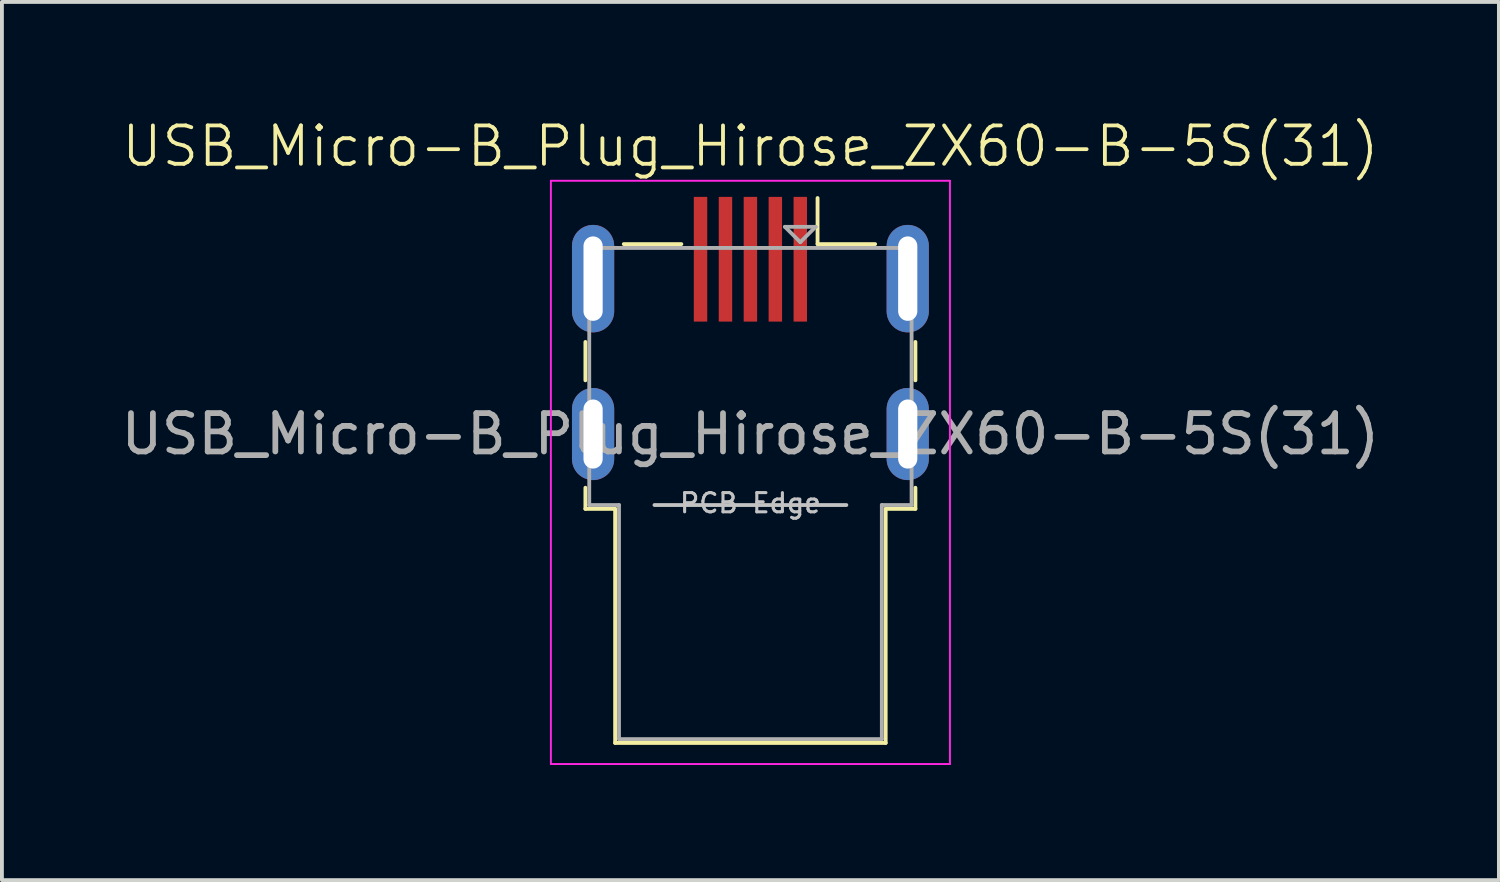
<source format=kicad_pcb>
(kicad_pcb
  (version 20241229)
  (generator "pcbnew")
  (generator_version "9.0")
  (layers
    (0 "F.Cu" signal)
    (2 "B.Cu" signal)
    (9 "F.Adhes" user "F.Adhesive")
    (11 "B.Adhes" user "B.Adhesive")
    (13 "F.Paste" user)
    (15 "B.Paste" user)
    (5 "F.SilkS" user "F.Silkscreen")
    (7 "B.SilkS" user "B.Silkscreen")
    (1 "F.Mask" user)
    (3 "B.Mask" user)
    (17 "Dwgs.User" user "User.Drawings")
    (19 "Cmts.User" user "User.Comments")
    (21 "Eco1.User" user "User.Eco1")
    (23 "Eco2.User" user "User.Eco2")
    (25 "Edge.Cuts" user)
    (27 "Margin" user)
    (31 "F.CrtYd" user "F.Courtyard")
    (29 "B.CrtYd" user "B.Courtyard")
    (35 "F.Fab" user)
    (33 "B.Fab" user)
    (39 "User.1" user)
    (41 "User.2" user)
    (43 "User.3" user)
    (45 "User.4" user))
  (footprint "USB_Micro-B_Plug_Hirose_ZX60-B-5S(31)"
    (layer "F.Cu")
    (at 16.506 8.261)
    (property "Reference" "USB_Micro-B_Plug_Hirose_ZX60-B-5S(31)" (at 0 -7.5 0) (unlocked yes) (layer "F.SilkS") (effects (font (size 1 1) (thickness 0.1))))
    (attr through_hole)
    (fp_line (start -4.3 -2.4) (end -4.3 -1.4) (stroke (width 0.1) (type default)) (layer "F.SilkS"))
    (fp_line (start -4.3 1.4) (end -4.3 1.95) (stroke (width 0.1) (type default)) (layer "F.SilkS"))
    (fp_line (start -3.525 1.95) (end -4.3 1.95) (stroke (width 0.1) (type default)) (layer "F.SilkS"))
    (fp_line (start -3.525 1.95) (end -3.525 8.05) (stroke (width 0.1) (type default)) (layer "F.SilkS"))
    (fp_line (start -3.3 -4.95) (end -1.8 -4.95) (stroke (width 0.1) (type default)) (layer "F.SilkS"))
    (fp_line (start 1.75 -4.95) (end 1.75 -6.15) (stroke (width 0.1) (type default)) (layer "F.SilkS"))
    (fp_line (start 1.75 -4.95) (end 3.25 -4.95) (stroke (width 0.1) (type default)) (layer "F.SilkS"))
    (fp_line (start 3.525 1.95) (end 3.525 8.05) (stroke (width 0.1) (type default)) (layer "F.SilkS"))
    (fp_line (start 3.525 8.05) (end -3.525 8.05) (stroke (width 0.1) (type default)) (layer "F.SilkS"))
    (fp_line (start 4.3 -2.4) (end 4.3 -1.4) (stroke (width 0.1) (type default)) (layer "F.SilkS"))
    (fp_line (start 4.3 1.4) (end 4.3 1.95) (stroke (width 0.1) (type default)) (layer "F.SilkS"))
    (fp_line (start 4.3 1.95) (end 3.525 1.95) (stroke (width 0.1) (type default)) (layer "F.SilkS"))
    (fp_line (start -2.5 1.85) (end 2.5 1.85) (stroke (width 0.1) (type solid)) (layer "Dwgs.User"))
    (fp_line (start -5.2 -6.6) (end -5.2 8.6) (stroke (width 0.05) (type solid)) (layer "F.CrtYd"))
    (fp_line (start -5.2 -6.6) (end 5.2 -6.6) (stroke (width 0.05) (type solid)) (layer "F.CrtYd"))
    (fp_line (start 5.2 -6.6) (end 5.2 8.6) (stroke (width 0.05) (type solid)) (layer "F.CrtYd"))
    (fp_line (start 5.2 8.6) (end -5.2 8.6) (stroke (width 0.05) (type solid)) (layer "F.CrtYd"))
    (fp_line (start -4.2 -4.85) (end -4.2 1.85) (stroke (width 0.1) (type solid)) (layer "F.Fab"))
    (fp_line (start -4.2 -4.85) (end 4.2 -4.85) (stroke (width 0.1) (type solid)) (layer "F.Fab"))
    (fp_line (start -4.2 1.85) (end -3.425 1.85) (stroke (width 0.1) (type default)) (layer "F.Fab"))
    (fp_line (start -3.425 1.85) (end -3.425 7.95) (stroke (width 0.1) (type solid)) (layer "F.Fab"))
    (fp_line (start -3.425 7.95) (end 3.425 7.95) (stroke (width 0.1) (type default)) (layer "F.Fab"))
    (fp_line (start 0.9 -5.4) (end 1.7 -5.4) (stroke (width 0.1) (type default)) (layer "F.Fab"))
    (fp_line (start 1.3 -5) (end 0.9 -5.4) (stroke (width 0.1) (type default)) (layer "F.Fab"))
    (fp_line (start 1.7 -5.4) (end 1.3 -5) (stroke (width 0.1) (type default)) (layer "F.Fab"))
    (fp_line (start 3.425 1.85) (end 3.425 7.95) (stroke (width 0.1) (type solid)) (layer "F.Fab"))
    (fp_line (start 3.425 1.85) (end 4.2 1.85) (stroke (width 0.1) (type default)) (layer "F.Fab"))
    (fp_line (start 4.2 -4.85) (end 4.2 1.85) (stroke (width 0.1) (type solid)) (layer "F.Fab"))
    (fp_text user "PCB Edge" (at 0 1.8 0) (unlocked yes) (layer "Dwgs.User") (effects (font (size 0.5 0.5) (thickness 0.08))))
    (fp_text user "${REFERENCE}" (at 0 0 0) (unlocked yes) (layer "F.Fab") (effects (font (size 1 1) (thickness 0.15))))
    (pad "1" smd rect (at 1.3 -4.555) (size 0.35 3.25) (layers "F.Cu" "F.Mask" "F.Paste"))
    (pad "2" smd rect (at 0.65 -4.555) (size 0.35 3.25) (layers "F.Cu" "F.Mask" "F.Paste"))
    (pad "3" smd rect (at 0 -4.555) (size 0.35 3.25) (layers "F.Cu" "F.Mask" "F.Paste"))
    (pad "4" smd rect (at -0.65 -4.555) (size 0.35 3.25) (layers "F.Cu" "F.Mask" "F.Paste"))
    (pad "5" smd rect (at -1.3 -4.555) (size 0.35 3.25) (layers "F.Cu" "F.Mask" "F.Paste"))
    (pad "6" thru_hole oval (at -4.1 -4.05) (size 1.1 2.8) (drill oval 0.5 2.2) (layers "*.Cu" "*.Mask"))
    (pad "6" thru_hole oval (at -4.1 0) (size 1.1 2.4) (drill oval 0.5 1.8) (layers "*.Cu" "*.Mask"))
    (pad "6" thru_hole oval (at 4.1 -4.05) (size 1.1 2.8) (drill oval 0.5 2.2) (layers "*.Cu" "*.Mask"))
    (pad "6" thru_hole oval (at 4.1 0) (size 1.1 2.4) (drill oval 0.5 1.8) (layers "*.Cu" "*.Mask")))
  (gr_rect
    (start -3 -3)
    (end 36.012 19.886)
    (stroke (width 0.1) (type default))
    (fill no)
    (layer "Edge.Cuts")))
</source>
